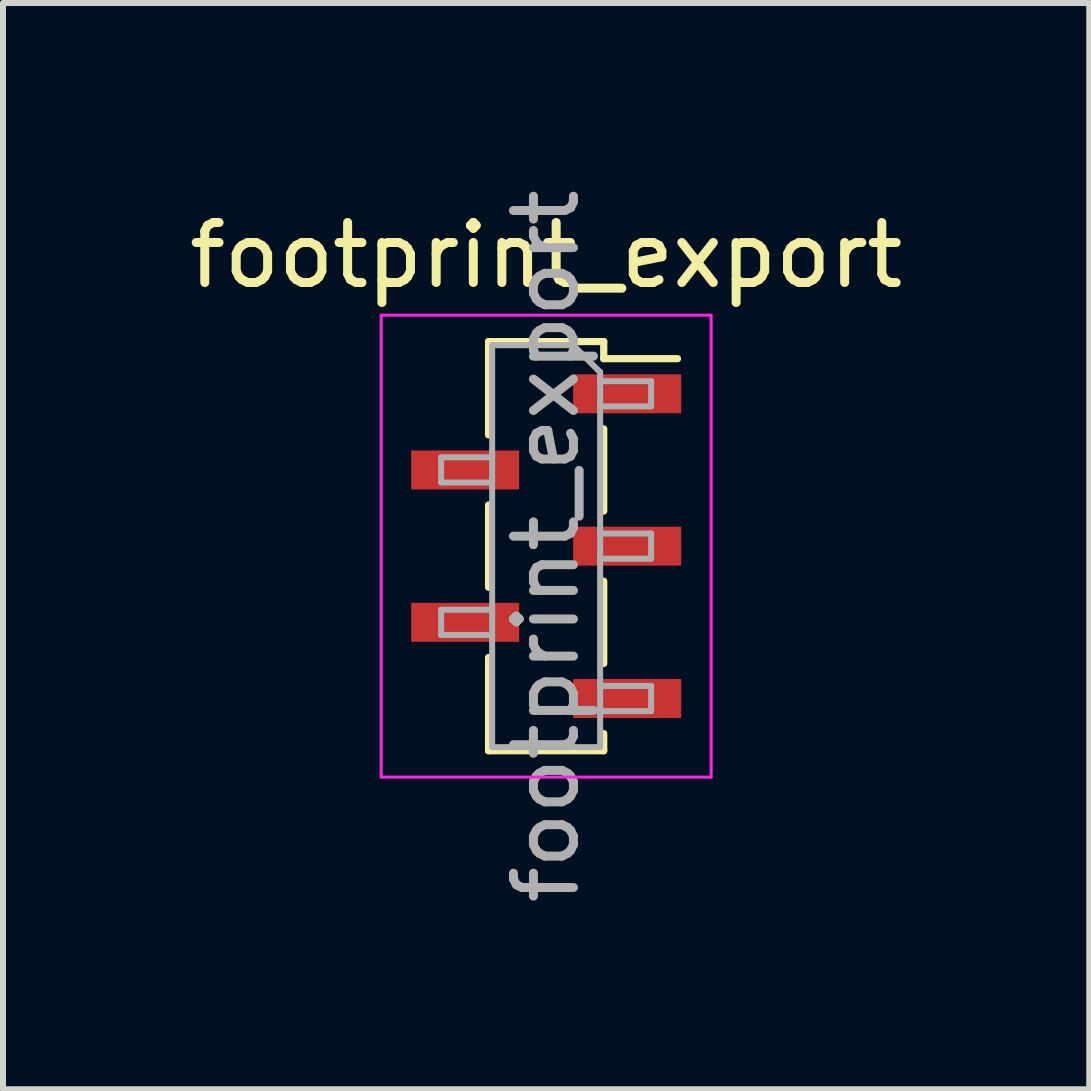
<source format=kicad_pcb>
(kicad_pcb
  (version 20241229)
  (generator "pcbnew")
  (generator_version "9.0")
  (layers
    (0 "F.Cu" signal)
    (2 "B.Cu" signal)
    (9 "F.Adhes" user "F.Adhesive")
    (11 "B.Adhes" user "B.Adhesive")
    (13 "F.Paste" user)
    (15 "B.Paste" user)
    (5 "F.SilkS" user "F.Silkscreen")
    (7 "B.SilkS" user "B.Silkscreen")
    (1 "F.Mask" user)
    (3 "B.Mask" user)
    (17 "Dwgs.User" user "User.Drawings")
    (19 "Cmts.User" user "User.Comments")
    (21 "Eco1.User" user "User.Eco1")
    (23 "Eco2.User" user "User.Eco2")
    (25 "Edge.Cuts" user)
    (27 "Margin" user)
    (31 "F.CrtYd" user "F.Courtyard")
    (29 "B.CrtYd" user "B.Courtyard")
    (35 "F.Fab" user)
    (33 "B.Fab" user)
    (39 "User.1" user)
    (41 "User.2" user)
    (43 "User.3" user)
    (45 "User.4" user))
  (footprint "footprint_export"
    (layer "F.Cu")
    (at 6.054 6.054)
    (property "Reference" "footprint_export" (at 0 -4.85 0) (layer "F.SilkS") (effects (font (size 1 1) (thickness 0.15))))
    (attr smd)
    (fp_line (start -0.96 -3.41) (end -0.96 -1.855) (stroke (width 0.12) (type solid)) (layer "F.SilkS"))
    (fp_line (start -0.96 -3.41) (end 0.96 -3.41) (stroke (width 0.12) (type solid)) (layer "F.SilkS"))
    (fp_line (start -0.96 -0.685) (end -0.96 0.685) (stroke (width 0.12) (type solid)) (layer "F.SilkS"))
    (fp_line (start -0.96 1.855) (end -0.96 3.41) (stroke (width 0.12) (type solid)) (layer "F.SilkS"))
    (fp_line (start -0.96 3.41) (end 0.96 3.41) (stroke (width 0.12) (type solid)) (layer "F.SilkS"))
    (fp_line (start 0.96 -3.41) (end 0.96 -3.125) (stroke (width 0.12) (type solid)) (layer "F.SilkS"))
    (fp_line (start 0.96 -3.125) (end 2.19 -3.125) (stroke (width 0.12) (type solid)) (layer "F.SilkS"))
    (fp_line (start 0.96 -1.955) (end 0.96 -0.585) (stroke (width 0.12) (type solid)) (layer "F.SilkS"))
    (fp_line (start 0.96 0.585) (end 0.96 1.955) (stroke (width 0.12) (type solid)) (layer "F.SilkS"))
    (fp_line (start 0.96 3.125) (end 0.96 3.41) (stroke (width 0.12) (type solid)) (layer "F.SilkS"))
    (fp_line (start -2.75 -3.85) (end 2.75 -3.85) (stroke (width 0.05) (type solid)) (layer "F.CrtYd"))
    (fp_line (start -2.75 3.85) (end -2.75 -3.85) (stroke (width 0.05) (type solid)) (layer "F.CrtYd"))
    (fp_line (start 2.75 -3.85) (end 2.75 3.85) (stroke (width 0.05) (type solid)) (layer "F.CrtYd"))
    (fp_line (start 2.75 3.85) (end -2.75 3.85) (stroke (width 0.05) (type solid)) (layer "F.CrtYd"))
    (fp_line (start -1.75 -1.48) (end -0.9 -1.48) (stroke (width 0.1) (type solid)) (layer "F.Fab"))
    (fp_line (start -1.75 -1.06) (end -1.75 -1.48) (stroke (width 0.1) (type solid)) (layer "F.Fab"))
    (fp_line (start -1.75 1.06) (end -0.9 1.06) (stroke (width 0.1) (type solid)) (layer "F.Fab"))
    (fp_line (start -1.75 1.48) (end -1.75 1.06) (stroke (width 0.1) (type solid)) (layer "F.Fab"))
    (fp_line (start -0.9 -3.35) (end 0.45 -3.35) (stroke (width 0.1) (type solid)) (layer "F.Fab"))
    (fp_line (start -0.9 -1.06) (end -1.75 -1.06) (stroke (width 0.1) (type solid)) (layer "F.Fab"))
    (fp_line (start -0.9 1.48) (end -1.75 1.48) (stroke (width 0.1) (type solid)) (layer "F.Fab"))
    (fp_line (start -0.9 3.35) (end -0.9 -3.35) (stroke (width 0.1) (type solid)) (layer "F.Fab"))
    (fp_line (start 0.45 -3.35) (end 0.9 -2.9) (stroke (width 0.1) (type solid)) (layer "F.Fab"))
    (fp_line (start 0.9 -2.9) (end 0.9 3.35) (stroke (width 0.1) (type solid)) (layer "F.Fab"))
    (fp_line (start 0.9 -2.75) (end 1.75 -2.75) (stroke (width 0.1) (type solid)) (layer "F.Fab"))
    (fp_line (start 0.9 -0.21) (end 1.75 -0.21) (stroke (width 0.1) (type solid)) (layer "F.Fab"))
    (fp_line (start 0.9 2.33) (end 1.75 2.33) (stroke (width 0.1) (type solid)) (layer "F.Fab"))
    (fp_line (start 0.9 3.35) (end -0.9 3.35) (stroke (width 0.1) (type solid)) (layer "F.Fab"))
    (fp_line (start 1.75 -2.75) (end 1.75 -2.33) (stroke (width 0.1) (type solid)) (layer "F.Fab"))
    (fp_line (start 1.75 -2.33) (end 0.9 -2.33) (stroke (width 0.1) (type solid)) (layer "F.Fab"))
    (fp_line (start 1.75 -0.21) (end 1.75 0.21) (stroke (width 0.1) (type solid)) (layer "F.Fab"))
    (fp_line (start 1.75 0.21) (end 0.9 0.21) (stroke (width 0.1) (type solid)) (layer "F.Fab"))
    (fp_line (start 1.75 2.33) (end 1.75 2.75) (stroke (width 0.1) (type solid)) (layer "F.Fab"))
    (fp_line (start 1.75 2.75) (end 0.9 2.75) (stroke (width 0.1) (type solid)) (layer "F.Fab"))
    (fp_text user "${REFERENCE}" (at 0 0 90) (layer "F.Fab") (effects (font (size 1 1) (thickness 0.15))))
    (pad "1" smd rect (at 1.35 -2.54) (size 1.8 0.65) (layers "F.Cu" "F.Mask" "F.Paste"))
    (pad "2" smd rect (at -1.35 -1.27) (size 1.8 0.65) (layers "F.Cu" "F.Mask" "F.Paste"))
    (pad "3" smd rect (at 1.35 0) (size 1.8 0.65) (layers "F.Cu" "F.Mask" "F.Paste"))
    (pad "4" smd rect (at -1.35 1.27) (size 1.8 0.65) (layers "F.Cu" "F.Mask" "F.Paste"))
    (pad "5" smd rect (at 1.35 2.54) (size 1.8 0.65) (layers "F.Cu" "F.Mask" "F.Paste")))
  (gr_rect
    (start -3 -3)
    (end 15.107 15.107)
    (stroke (width 0.1) (type default))
    (fill no)
    (layer "Edge.Cuts")))
</source>
